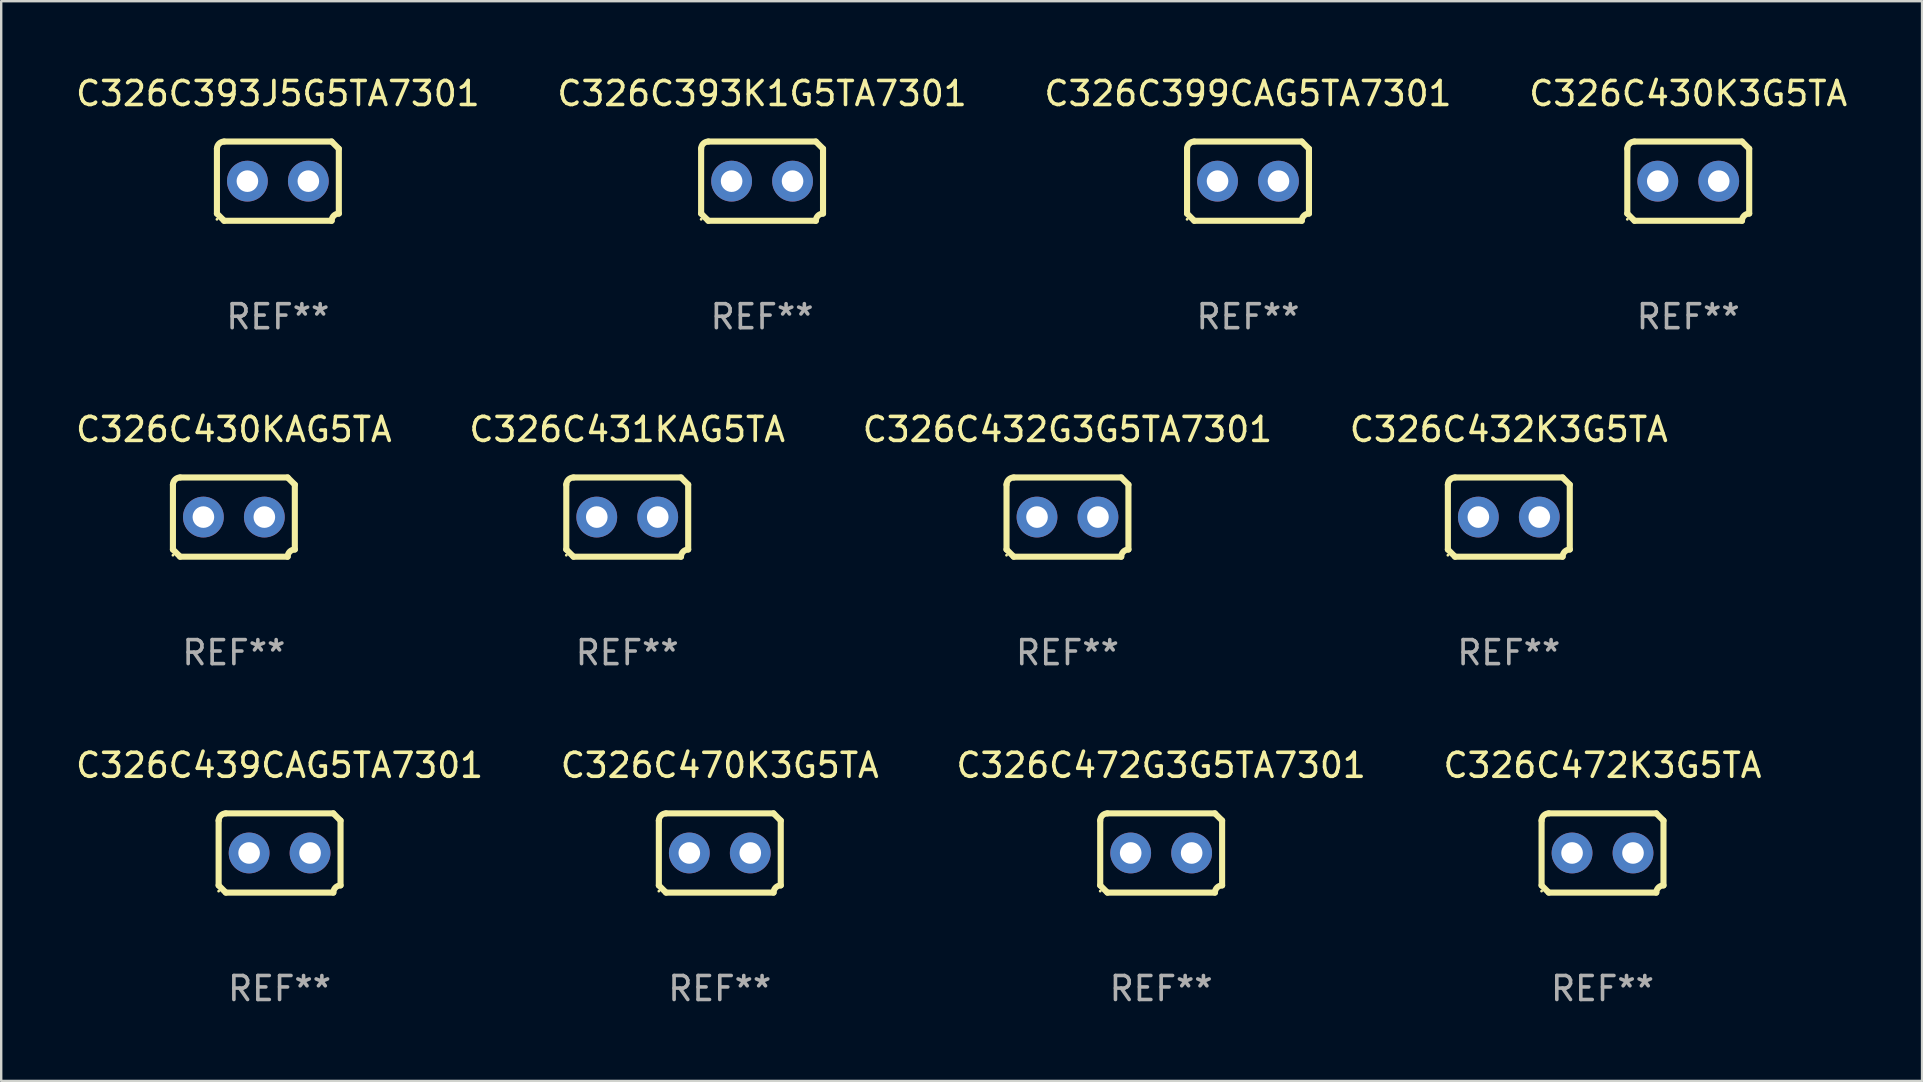
<source format=kicad_pcb>
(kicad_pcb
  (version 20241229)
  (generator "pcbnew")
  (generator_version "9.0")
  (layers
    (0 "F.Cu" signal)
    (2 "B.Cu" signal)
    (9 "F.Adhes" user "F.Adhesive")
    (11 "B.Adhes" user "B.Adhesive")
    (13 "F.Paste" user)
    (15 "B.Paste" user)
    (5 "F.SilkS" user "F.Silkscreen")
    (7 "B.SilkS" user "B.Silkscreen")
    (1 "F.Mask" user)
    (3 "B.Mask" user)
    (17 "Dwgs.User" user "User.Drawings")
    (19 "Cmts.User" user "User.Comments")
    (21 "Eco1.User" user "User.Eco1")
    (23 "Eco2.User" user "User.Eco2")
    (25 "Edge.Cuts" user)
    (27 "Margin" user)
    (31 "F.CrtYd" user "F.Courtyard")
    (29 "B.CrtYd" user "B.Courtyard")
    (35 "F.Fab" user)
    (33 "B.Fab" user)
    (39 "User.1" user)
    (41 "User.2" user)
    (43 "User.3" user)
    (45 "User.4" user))
  (footprint "C326C432G3G5TA7301"
    (layer "F.Cu")
    (at 41.435 18.498)
    (property "Reference" "C326C432G3G5TA7301" (at 0 -3.651 0) (layer "F.SilkS") (effects (font (size 1 1) (thickness 0.15))))
    (attr through_hole)
    (fp_line (start -2.54 -1.351) (end -2.54 1.351) (stroke (width 0.254) (type solid)) (layer "F.SilkS"))
    (fp_line (start -2.24 -1.651) (end 2.24 -1.651) (stroke (width 0.254) (type solid)) (layer "F.SilkS"))
    (fp_line (start 2.24 1.651) (end -2.24 1.651) (stroke (width 0.254) (type solid)) (layer "F.SilkS"))
    (fp_line (start 2.54 1.351) (end 2.54 -1.351) (stroke (width 0.254) (type solid)) (layer "F.SilkS"))
    (fp_arc (start -2.540005 -1.351283) (mid -2.450115 -1.561309) (end -2.240005 -1.651003) (stroke (width 0.254001) (type solid)) (layer "F.SilkS"))
    (fp_arc (start -2.240287 1.651001) (mid -2.390163 1.501019) (end -2.540005 1.351003) (stroke (width 0.254001) (type solid)) (layer "F.SilkS"))
    (fp_arc (start 2.240005 1.651003) (mid 2.329934 1.441015) (end 2.540005 1.351282) (stroke (width 0.254001) (type solid)) (layer "F.SilkS"))
    (fp_arc (start 2.540005 -1.351003) (mid 2.389393 -1.500252) (end 2.240284 -1.651003) (stroke (width 0.254001) (type solid)) (layer "F.SilkS"))
    (fp_circle (center -2.54 1.59) (end -2.51 1.59) (stroke (width 0.06) (type solid)) (fill no) (layer "F.SilkS"))
    (fp_text user "REF**" (at 0 5.651 0) (layer "F.Fab") (effects (font (size 1 1) (thickness 0.15))))
    (pad "1" thru_hole circle (at -1.27 0) (size 1.7 1.7) (drill 0.9) (layers "*.Cu" "*.Mask"))
    (pad "2" thru_hole circle (at 1.27 0) (size 1.7 1.7) (drill 0.9) (layers "*.Cu" "*.Mask")))
  (footprint "C326C439CAG5TA7301"
    (layer "F.Cu")
    (at 8.601 32.496)
    (property "Reference" "C326C439CAG5TA7301" (at 0 -3.651 0) (layer "F.SilkS") (effects (font (size 1 1) (thickness 0.15))))
    (attr through_hole)
    (fp_line (start -2.54 -1.351) (end -2.54 1.351) (stroke (width 0.254) (type solid)) (layer "F.SilkS"))
    (fp_line (start -2.24 -1.651) (end 2.24 -1.651) (stroke (width 0.254) (type solid)) (layer "F.SilkS"))
    (fp_line (start 2.24 1.651) (end -2.24 1.651) (stroke (width 0.254) (type solid)) (layer "F.SilkS"))
    (fp_line (start 2.54 1.351) (end 2.54 -1.351) (stroke (width 0.254) (type solid)) (layer "F.SilkS"))
    (fp_arc (start -2.540005 -1.351283) (mid -2.450115 -1.561309) (end -2.240005 -1.651003) (stroke (width 0.254001) (type solid)) (layer "F.SilkS"))
    (fp_arc (start -2.240287 1.651001) (mid -2.390163 1.501019) (end -2.540005 1.351003) (stroke (width 0.254001) (type solid)) (layer "F.SilkS"))
    (fp_arc (start 2.240005 1.651003) (mid 2.329934 1.441015) (end 2.540005 1.351282) (stroke (width 0.254001) (type solid)) (layer "F.SilkS"))
    (fp_arc (start 2.540005 -1.351003) (mid 2.389393 -1.500252) (end 2.240284 -1.651003) (stroke (width 0.254001) (type solid)) (layer "F.SilkS"))
    (fp_circle (center -2.54 1.59) (end -2.51 1.59) (stroke (width 0.06) (type solid)) (fill no) (layer "F.SilkS"))
    (fp_text user "REF**" (at 0 5.651 0) (layer "F.Fab") (effects (font (size 1 1) (thickness 0.15))))
    (pad "1" thru_hole circle (at -1.27 0) (size 1.7 1.7) (drill 0.9) (layers "*.Cu" "*.Mask"))
    (pad "2" thru_hole circle (at 1.27 0) (size 1.7 1.7) (drill 0.9) (layers "*.Cu" "*.Mask")))
  (footprint "C326C430KAG5TA"
    (layer "F.Cu")
    (at 6.696 18.498)
    (property "Reference" "C326C430KAG5TA" (at 0 -3.651 0) (layer "F.SilkS") (effects (font (size 1 1) (thickness 0.15))))
    (attr through_hole)
    (fp_line (start -2.54 -1.351) (end -2.54 1.351) (stroke (width 0.254) (type solid)) (layer "F.SilkS"))
    (fp_line (start -2.24 -1.651) (end 2.24 -1.651) (stroke (width 0.254) (type solid)) (layer "F.SilkS"))
    (fp_line (start 2.24 1.651) (end -2.24 1.651) (stroke (width 0.254) (type solid)) (layer "F.SilkS"))
    (fp_line (start 2.54 1.351) (end 2.54 -1.351) (stroke (width 0.254) (type solid)) (layer "F.SilkS"))
    (fp_arc (start -2.540005 -1.351283) (mid -2.450115 -1.561309) (end -2.240005 -1.651003) (stroke (width 0.254001) (type solid)) (layer "F.SilkS"))
    (fp_arc (start -2.240287 1.651001) (mid -2.390163 1.501019) (end -2.540005 1.351003) (stroke (width 0.254001) (type solid)) (layer "F.SilkS"))
    (fp_arc (start 2.240005 1.651003) (mid 2.329934 1.441015) (end 2.540005 1.351282) (stroke (width 0.254001) (type solid)) (layer "F.SilkS"))
    (fp_arc (start 2.540005 -1.351003) (mid 2.389393 -1.500252) (end 2.240284 -1.651003) (stroke (width 0.254001) (type solid)) (layer "F.SilkS"))
    (fp_circle (center -2.54 1.59) (end -2.51 1.59) (stroke (width 0.06) (type solid)) (fill no) (layer "F.SilkS"))
    (fp_text user "REF**" (at 0 5.651 0) (layer "F.Fab") (effects (font (size 1 1) (thickness 0.15))))
    (pad "1" thru_hole circle (at -1.27 0) (size 1.7 1.7) (drill 0.9) (layers "*.Cu" "*.Mask"))
    (pad "2" thru_hole circle (at 1.27 0) (size 1.7 1.7) (drill 0.9) (layers "*.Cu" "*.Mask")))
  (footprint "C326C470K3G5TA"
    (layer "F.Cu")
    (at 26.946 32.496)
    (property "Reference" "C326C470K3G5TA" (at 0 -3.651 0) (layer "F.SilkS") (effects (font (size 1 1) (thickness 0.15))))
    (attr through_hole)
    (fp_line (start -2.54 -1.351) (end -2.54 1.351) (stroke (width 0.254) (type solid)) (layer "F.SilkS"))
    (fp_line (start -2.24 -1.651) (end 2.24 -1.651) (stroke (width 0.254) (type solid)) (layer "F.SilkS"))
    (fp_line (start 2.24 1.651) (end -2.24 1.651) (stroke (width 0.254) (type solid)) (layer "F.SilkS"))
    (fp_line (start 2.54 1.351) (end 2.54 -1.351) (stroke (width 0.254) (type solid)) (layer "F.SilkS"))
    (fp_arc (start -2.540005 -1.351283) (mid -2.450115 -1.561309) (end -2.240005 -1.651003) (stroke (width 0.254001) (type solid)) (layer "F.SilkS"))
    (fp_arc (start -2.240287 1.651001) (mid -2.390163 1.501019) (end -2.540005 1.351003) (stroke (width 0.254001) (type solid)) (layer "F.SilkS"))
    (fp_arc (start 2.240005 1.651003) (mid 2.329934 1.441015) (end 2.540005 1.351282) (stroke (width 0.254001) (type solid)) (layer "F.SilkS"))
    (fp_arc (start 2.540005 -1.351003) (mid 2.389393 -1.500252) (end 2.240284 -1.651003) (stroke (width 0.254001) (type solid)) (layer "F.SilkS"))
    (fp_circle (center -2.54 1.59) (end -2.51 1.59) (stroke (width 0.06) (type solid)) (fill no) (layer "F.SilkS"))
    (fp_text user "REF**" (at 0 5.651 0) (layer "F.Fab") (effects (font (size 1 1) (thickness 0.15))))
    (pad "1" thru_hole circle (at -1.27 0) (size 1.7 1.7) (drill 0.9) (layers "*.Cu" "*.Mask"))
    (pad "2" thru_hole circle (at 1.27 0) (size 1.7 1.7) (drill 0.9) (layers "*.Cu" "*.Mask")))
  (footprint "C326C472K3G5TA"
    (layer "F.Cu")
    (at 63.732 32.496)
    (property "Reference" "C326C472K3G5TA" (at 0 -3.651 0) (layer "F.SilkS") (effects (font (size 1 1) (thickness 0.15))))
    (attr through_hole)
    (fp_line (start -2.54 -1.351) (end -2.54 1.351) (stroke (width 0.254) (type solid)) (layer "F.SilkS"))
    (fp_line (start -2.24 -1.651) (end 2.24 -1.651) (stroke (width 0.254) (type solid)) (layer "F.SilkS"))
    (fp_line (start 2.24 1.651) (end -2.24 1.651) (stroke (width 0.254) (type solid)) (layer "F.SilkS"))
    (fp_line (start 2.54 1.351) (end 2.54 -1.351) (stroke (width 0.254) (type solid)) (layer "F.SilkS"))
    (fp_arc (start -2.540005 -1.351283) (mid -2.450115 -1.561309) (end -2.240005 -1.651003) (stroke (width 0.254001) (type solid)) (layer "F.SilkS"))
    (fp_arc (start -2.240287 1.651001) (mid -2.390163 1.501019) (end -2.540005 1.351003) (stroke (width 0.254001) (type solid)) (layer "F.SilkS"))
    (fp_arc (start 2.240005 1.651003) (mid 2.329934 1.441015) (end 2.540005 1.351282) (stroke (width 0.254001) (type solid)) (layer "F.SilkS"))
    (fp_arc (start 2.540005 -1.351003) (mid 2.389393 -1.500252) (end 2.240284 -1.651003) (stroke (width 0.254001) (type solid)) (layer "F.SilkS"))
    (fp_circle (center -2.54 1.59) (end -2.51 1.59) (stroke (width 0.06) (type solid)) (fill no) (layer "F.SilkS"))
    (fp_text user "REF**" (at 0 5.651 0) (layer "F.Fab") (effects (font (size 1 1) (thickness 0.15))))
    (pad "1" thru_hole circle (at -1.27 0) (size 1.7 1.7) (drill 0.9) (layers "*.Cu" "*.Mask"))
    (pad "2" thru_hole circle (at 1.27 0) (size 1.7 1.7) (drill 0.9) (layers "*.Cu" "*.Mask")))
  (footprint "C326C399CAG5TA7301"
    (layer "F.Cu")
    (at 48.958 4.499)
    (property "Reference" "C326C399CAG5TA7301" (at 0 -3.651 0) (layer "F.SilkS") (effects (font (size 1 1) (thickness 0.15))))
    (attr through_hole)
    (fp_line (start -2.54 -1.351) (end -2.54 1.351) (stroke (width 0.254) (type solid)) (layer "F.SilkS"))
    (fp_line (start -2.24 -1.651) (end 2.24 -1.651) (stroke (width 0.254) (type solid)) (layer "F.SilkS"))
    (fp_line (start 2.24 1.651) (end -2.24 1.651) (stroke (width 0.254) (type solid)) (layer "F.SilkS"))
    (fp_line (start 2.54 1.351) (end 2.54 -1.351) (stroke (width 0.254) (type solid)) (layer "F.SilkS"))
    (fp_arc (start -2.540005 -1.351283) (mid -2.450115 -1.561309) (end -2.240005 -1.651003) (stroke (width 0.254001) (type solid)) (layer "F.SilkS"))
    (fp_arc (start -2.240287 1.651001) (mid -2.390163 1.501019) (end -2.540005 1.351003) (stroke (width 0.254001) (type solid)) (layer "F.SilkS"))
    (fp_arc (start 2.240005 1.651003) (mid 2.329934 1.441015) (end 2.540005 1.351282) (stroke (width 0.254001) (type solid)) (layer "F.SilkS"))
    (fp_arc (start 2.540005 -1.351003) (mid 2.389393 -1.500252) (end 2.240284 -1.651003) (stroke (width 0.254001) (type solid)) (layer "F.SilkS"))
    (fp_circle (center -2.54 1.59) (end -2.51 1.59) (stroke (width 0.06) (type solid)) (fill no) (layer "F.SilkS"))
    (fp_text user "REF**" (at 0 5.651 0) (layer "F.Fab") (effects (font (size 1 1) (thickness 0.15))))
    (pad "1" thru_hole circle (at -1.27 0) (size 1.7 1.7) (drill 0.9) (layers "*.Cu" "*.Mask"))
    (pad "2" thru_hole circle (at 1.27 0) (size 1.7 1.7) (drill 0.9) (layers "*.Cu" "*.Mask")))
  (footprint "C326C430K3G5TA"
    (layer "F.Cu")
    (at 67.304 4.499)
    (property "Reference" "C326C430K3G5TA" (at 0 -3.651 0) (layer "F.SilkS") (effects (font (size 1 1) (thickness 0.15))))
    (attr through_hole)
    (fp_line (start -2.54 -1.351) (end -2.54 1.351) (stroke (width 0.254) (type solid)) (layer "F.SilkS"))
    (fp_line (start -2.24 -1.651) (end 2.24 -1.651) (stroke (width 0.254) (type solid)) (layer "F.SilkS"))
    (fp_line (start 2.24 1.651) (end -2.24 1.651) (stroke (width 0.254) (type solid)) (layer "F.SilkS"))
    (fp_line (start 2.54 1.351) (end 2.54 -1.351) (stroke (width 0.254) (type solid)) (layer "F.SilkS"))
    (fp_arc (start -2.540005 -1.351283) (mid -2.450115 -1.561309) (end -2.240005 -1.651003) (stroke (width 0.254001) (type solid)) (layer "F.SilkS"))
    (fp_arc (start -2.240287 1.651001) (mid -2.390163 1.501019) (end -2.540005 1.351003) (stroke (width 0.254001) (type solid)) (layer "F.SilkS"))
    (fp_arc (start 2.240005 1.651003) (mid 2.329934 1.441015) (end 2.540005 1.351282) (stroke (width 0.254001) (type solid)) (layer "F.SilkS"))
    (fp_arc (start 2.540005 -1.351003) (mid 2.389393 -1.500252) (end 2.240284 -1.651003) (stroke (width 0.254001) (type solid)) (layer "F.SilkS"))
    (fp_circle (center -2.54 1.59) (end -2.51 1.59) (stroke (width 0.06) (type solid)) (fill no) (layer "F.SilkS"))
    (fp_text user "REF**" (at 0 5.651 0) (layer "F.Fab") (effects (font (size 1 1) (thickness 0.15))))
    (pad "1" thru_hole circle (at -1.27 0) (size 1.7 1.7) (drill 0.9) (layers "*.Cu" "*.Mask"))
    (pad "2" thru_hole circle (at 1.27 0) (size 1.7 1.7) (drill 0.9) (layers "*.Cu" "*.Mask")))
  (footprint "C326C431KAG5TA"
    (layer "F.Cu")
    (at 23.089 18.498)
    (property "Reference" "C326C431KAG5TA" (at 0 -3.651 0) (layer "F.SilkS") (effects (font (size 1 1) (thickness 0.15))))
    (attr through_hole)
    (fp_line (start -2.54 -1.351) (end -2.54 1.351) (stroke (width 0.254) (type solid)) (layer "F.SilkS"))
    (fp_line (start -2.24 -1.651) (end 2.24 -1.651) (stroke (width 0.254) (type solid)) (layer "F.SilkS"))
    (fp_line (start 2.24 1.651) (end -2.24 1.651) (stroke (width 0.254) (type solid)) (layer "F.SilkS"))
    (fp_line (start 2.54 1.351) (end 2.54 -1.351) (stroke (width 0.254) (type solid)) (layer "F.SilkS"))
    (fp_arc (start -2.540005 -1.351283) (mid -2.450115 -1.561309) (end -2.240005 -1.651003) (stroke (width 0.254001) (type solid)) (layer "F.SilkS"))
    (fp_arc (start -2.240287 1.651001) (mid -2.390163 1.501019) (end -2.540005 1.351003) (stroke (width 0.254001) (type solid)) (layer "F.SilkS"))
    (fp_arc (start 2.240005 1.651003) (mid 2.329934 1.441015) (end 2.540005 1.351282) (stroke (width 0.254001) (type solid)) (layer "F.SilkS"))
    (fp_arc (start 2.540005 -1.351003) (mid 2.389393 -1.500252) (end 2.240284 -1.651003) (stroke (width 0.254001) (type solid)) (layer "F.SilkS"))
    (fp_circle (center -2.54 1.59) (end -2.51 1.59) (stroke (width 0.06) (type solid)) (fill no) (layer "F.SilkS"))
    (fp_text user "REF**" (at 0 5.651 0) (layer "F.Fab") (effects (font (size 1 1) (thickness 0.15))))
    (pad "1" thru_hole circle (at -1.27 0) (size 1.7 1.7) (drill 0.9) (layers "*.Cu" "*.Mask"))
    (pad "2" thru_hole circle (at 1.27 0) (size 1.7 1.7) (drill 0.9) (layers "*.Cu" "*.Mask")))
  (footprint "C326C432K3G5TA"
    (layer "F.Cu")
    (at 59.827 18.498)
    (property "Reference" "C326C432K3G5TA" (at 0 -3.651 0) (layer "F.SilkS") (effects (font (size 1 1) (thickness 0.15))))
    (attr through_hole)
    (fp_line (start -2.54 -1.351) (end -2.54 1.351) (stroke (width 0.254) (type solid)) (layer "F.SilkS"))
    (fp_line (start -2.24 -1.651) (end 2.24 -1.651) (stroke (width 0.254) (type solid)) (layer "F.SilkS"))
    (fp_line (start 2.24 1.651) (end -2.24 1.651) (stroke (width 0.254) (type solid)) (layer "F.SilkS"))
    (fp_line (start 2.54 1.351) (end 2.54 -1.351) (stroke (width 0.254) (type solid)) (layer "F.SilkS"))
    (fp_arc (start -2.540005 -1.351283) (mid -2.450115 -1.561309) (end -2.240005 -1.651003) (stroke (width 0.254001) (type solid)) (layer "F.SilkS"))
    (fp_arc (start -2.240287 1.651001) (mid -2.390163 1.501019) (end -2.540005 1.351003) (stroke (width 0.254001) (type solid)) (layer "F.SilkS"))
    (fp_arc (start 2.240005 1.651003) (mid 2.329934 1.441015) (end 2.540005 1.351282) (stroke (width 0.254001) (type solid)) (layer "F.SilkS"))
    (fp_arc (start 2.540005 -1.351003) (mid 2.389393 -1.500252) (end 2.240284 -1.651003) (stroke (width 0.254001) (type solid)) (layer "F.SilkS"))
    (fp_circle (center -2.54 1.59) (end -2.51 1.59) (stroke (width 0.06) (type solid)) (fill no) (layer "F.SilkS"))
    (fp_text user "REF**" (at 0 5.651 0) (layer "F.Fab") (effects (font (size 1 1) (thickness 0.15))))
    (pad "1" thru_hole circle (at -1.27 0) (size 1.7 1.7) (drill 0.9) (layers "*.Cu" "*.Mask"))
    (pad "2" thru_hole circle (at 1.27 0) (size 1.7 1.7) (drill 0.9) (layers "*.Cu" "*.Mask")))
  (footprint "C326C393K1G5TA7301"
    (layer "F.Cu")
    (at 28.708 4.499)
    (property "Reference" "C326C393K1G5TA7301" (at 0 -3.651 0) (layer "F.SilkS") (effects (font (size 1 1) (thickness 0.15))))
    (attr through_hole)
    (fp_line (start -2.54 -1.351) (end -2.54 1.351) (stroke (width 0.254) (type solid)) (layer "F.SilkS"))
    (fp_line (start -2.24 -1.651) (end 2.24 -1.651) (stroke (width 0.254) (type solid)) (layer "F.SilkS"))
    (fp_line (start 2.24 1.651) (end -2.24 1.651) (stroke (width 0.254) (type solid)) (layer "F.SilkS"))
    (fp_line (start 2.54 1.351) (end 2.54 -1.351) (stroke (width 0.254) (type solid)) (layer "F.SilkS"))
    (fp_arc (start -2.540005 -1.351283) (mid -2.450115 -1.561309) (end -2.240005 -1.651003) (stroke (width 0.254001) (type solid)) (layer "F.SilkS"))
    (fp_arc (start -2.240287 1.651001) (mid -2.390163 1.501019) (end -2.540005 1.351003) (stroke (width 0.254001) (type solid)) (layer "F.SilkS"))
    (fp_arc (start 2.240005 1.651003) (mid 2.329934 1.441015) (end 2.540005 1.351282) (stroke (width 0.254001) (type solid)) (layer "F.SilkS"))
    (fp_arc (start 2.540005 -1.351003) (mid 2.389393 -1.500252) (end 2.240284 -1.651003) (stroke (width 0.254001) (type solid)) (layer "F.SilkS"))
    (fp_circle (center -2.54 1.59) (end -2.51 1.59) (stroke (width 0.06) (type solid)) (fill no) (layer "F.SilkS"))
    (fp_text user "REF**" (at 0 5.651 0) (layer "F.Fab") (effects (font (size 1 1) (thickness 0.15))))
    (pad "1" thru_hole circle (at -1.27 0) (size 1.7 1.7) (drill 0.9) (layers "*.Cu" "*.Mask"))
    (pad "2" thru_hole circle (at 1.27 0) (size 1.7 1.7) (drill 0.9) (layers "*.Cu" "*.Mask")))
  (footprint "C326C472G3G5TA7301"
    (layer "F.Cu")
    (at 45.339 32.496)
    (property "Reference" "C326C472G3G5TA7301" (at 0 -3.651 0) (layer "F.SilkS") (effects (font (size 1 1) (thickness 0.15))))
    (attr through_hole)
    (fp_line (start -2.54 -1.351) (end -2.54 1.351) (stroke (width 0.254) (type solid)) (layer "F.SilkS"))
    (fp_line (start -2.24 -1.651) (end 2.24 -1.651) (stroke (width 0.254) (type solid)) (layer "F.SilkS"))
    (fp_line (start 2.24 1.651) (end -2.24 1.651) (stroke (width 0.254) (type solid)) (layer "F.SilkS"))
    (fp_line (start 2.54 1.351) (end 2.54 -1.351) (stroke (width 0.254) (type solid)) (layer "F.SilkS"))
    (fp_arc (start -2.540005 -1.351283) (mid -2.450115 -1.561309) (end -2.240005 -1.651003) (stroke (width 0.254001) (type solid)) (layer "F.SilkS"))
    (fp_arc (start -2.240287 1.651001) (mid -2.390163 1.501019) (end -2.540005 1.351003) (stroke (width 0.254001) (type solid)) (layer "F.SilkS"))
    (fp_arc (start 2.240005 1.651003) (mid 2.329934 1.441015) (end 2.540005 1.351282) (stroke (width 0.254001) (type solid)) (layer "F.SilkS"))
    (fp_arc (start 2.540005 -1.351003) (mid 2.389393 -1.500252) (end 2.240284 -1.651003) (stroke (width 0.254001) (type solid)) (layer "F.SilkS"))
    (fp_circle (center -2.54 1.59) (end -2.51 1.59) (stroke (width 0.06) (type solid)) (fill no) (layer "F.SilkS"))
    (fp_text user "REF**" (at 0 5.651 0) (layer "F.Fab") (effects (font (size 1 1) (thickness 0.15))))
    (pad "1" thru_hole circle (at -1.27 0) (size 1.7 1.7) (drill 0.9) (layers "*.Cu" "*.Mask"))
    (pad "2" thru_hole circle (at 1.27 0) (size 1.7 1.7) (drill 0.9) (layers "*.Cu" "*.Mask")))
  (footprint "C326C393J5G5TA7301"
    (layer "F.Cu")
    (at 8.53 4.499)
    (property "Reference" "C326C393J5G5TA7301" (at 0 -3.651 0) (layer "F.SilkS") (effects (font (size 1 1) (thickness 0.15))))
    (attr through_hole)
    (fp_line (start -2.54 -1.351) (end -2.54 1.351) (stroke (width 0.254) (type solid)) (layer "F.SilkS"))
    (fp_line (start -2.24 -1.651) (end 2.24 -1.651) (stroke (width 0.254) (type solid)) (layer "F.SilkS"))
    (fp_line (start 2.24 1.651) (end -2.24 1.651) (stroke (width 0.254) (type solid)) (layer "F.SilkS"))
    (fp_line (start 2.54 1.351) (end 2.54 -1.351) (stroke (width 0.254) (type solid)) (layer "F.SilkS"))
    (fp_arc (start -2.540005 -1.351283) (mid -2.450115 -1.561309) (end -2.240005 -1.651003) (stroke (width 0.254001) (type solid)) (layer "F.SilkS"))
    (fp_arc (start -2.240287 1.651001) (mid -2.390163 1.501019) (end -2.540005 1.351003) (stroke (width 0.254001) (type solid)) (layer "F.SilkS"))
    (fp_arc (start 2.240005 1.651003) (mid 2.329934 1.441015) (end 2.540005 1.351282) (stroke (width 0.254001) (type solid)) (layer "F.SilkS"))
    (fp_arc (start 2.540005 -1.351003) (mid 2.389393 -1.500252) (end 2.240284 -1.651003) (stroke (width 0.254001) (type solid)) (layer "F.SilkS"))
    (fp_circle (center -2.54 1.59) (end -2.51 1.59) (stroke (width 0.06) (type solid)) (fill no) (layer "F.SilkS"))
    (fp_text user "REF**" (at 0 5.651 0) (layer "F.Fab") (effects (font (size 1 1) (thickness 0.15))))
    (pad "1" thru_hole circle (at -1.27 0) (size 1.7 1.7) (drill 0.9) (layers "*.Cu" "*.Mask"))
    (pad "2" thru_hole circle (at 1.27 0) (size 1.7 1.7) (drill 0.9) (layers "*.Cu" "*.Mask")))
  (gr_rect
    (start -3 -3)
    (end 77.048 41.996)
    (stroke (width 0.1) (type default))
    (fill no)
    (layer "Edge.Cuts")))
</source>
